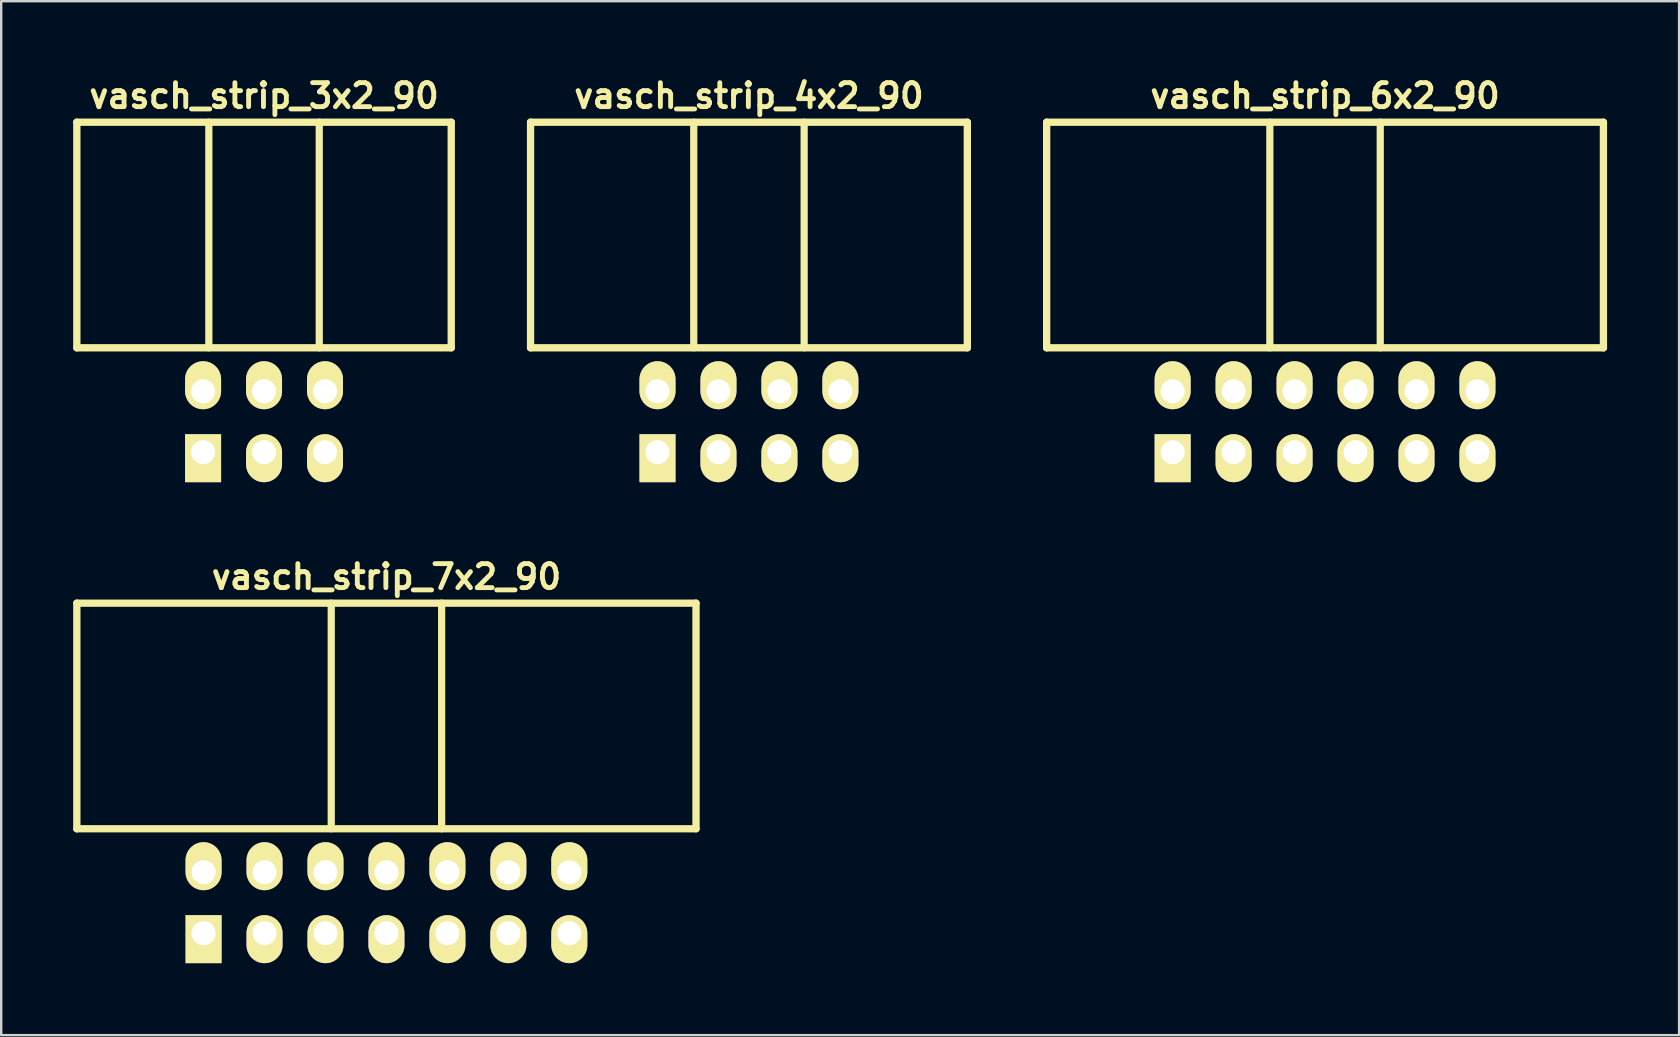
<source format=kicad_pcb>
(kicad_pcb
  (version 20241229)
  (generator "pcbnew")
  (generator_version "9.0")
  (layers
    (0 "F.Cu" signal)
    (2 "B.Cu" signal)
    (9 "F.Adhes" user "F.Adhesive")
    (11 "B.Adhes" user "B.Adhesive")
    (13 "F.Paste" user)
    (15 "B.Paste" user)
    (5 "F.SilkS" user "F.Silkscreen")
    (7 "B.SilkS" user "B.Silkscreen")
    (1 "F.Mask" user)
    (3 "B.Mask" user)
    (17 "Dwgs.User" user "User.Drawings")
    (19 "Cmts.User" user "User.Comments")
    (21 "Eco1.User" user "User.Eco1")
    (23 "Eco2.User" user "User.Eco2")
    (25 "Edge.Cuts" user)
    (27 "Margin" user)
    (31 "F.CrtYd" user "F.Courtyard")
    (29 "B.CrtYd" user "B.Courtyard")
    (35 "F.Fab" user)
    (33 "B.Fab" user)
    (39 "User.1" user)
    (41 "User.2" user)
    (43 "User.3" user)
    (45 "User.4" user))
  (footprint "vasch_strip_3x2_90"
    (layer "F.Cu")
    (at 7.952 9.442)
    (property "Reference" "vasch_strip_3x2_90" (at 0 -8.5 0) (layer "F.SilkS") (effects (font (size 1 1) (thickness 0.203))))
    (attr through_hole)
    (fp_line (start -7.8 -7.4) (end -7.8 2) (stroke (width 0.305) (type solid)) (layer "F.SilkS"))
    (fp_line (start -7.8 2) (end 7.8 2) (stroke (width 0.305) (type solid)) (layer "F.SilkS"))
    (fp_line (start -2.3 -7.4) (end -2.3 2) (stroke (width 0.3) (type solid)) (layer "F.SilkS"))
    (fp_line (start 2.3 -7.4) (end 2.3 2) (stroke (width 0.3) (type solid)) (layer "F.SilkS"))
    (fp_line (start 7.8 -7.4) (end -7.8 -7.4) (stroke (width 0.305) (type solid)) (layer "F.SilkS"))
    (fp_line (start 7.8 -7.4) (end 7.8 2) (stroke (width 0.305) (type solid)) (layer "F.SilkS"))
    (pad "1" thru_hole rect (at -2.54 6.35) (size 1.5 2) (drill 1 (offset 0 0.25)) (layers "*.Cu" "*.Mask" "F.SilkS"))
    (pad "2" thru_hole oval (at -2.54 3.81) (size 1.5 2) (drill 1 (offset 0 -0.25)) (layers "*.Cu" "*.Mask" "F.SilkS"))
    (pad "3" thru_hole oval (at 0 6.35) (size 1.5 2) (drill 1 (offset 0 0.25)) (layers "*.Cu" "*.Mask" "F.SilkS"))
    (pad "4" thru_hole oval (at 0 3.81) (size 1.5 2) (drill 1 (offset 0 -0.25)) (layers "*.Cu" "*.Mask" "F.SilkS"))
    (pad "5" thru_hole oval (at 2.54 6.35) (size 1.5 2) (drill 1 (offset 0 0.25)) (layers "*.Cu" "*.Mask" "F.SilkS"))
    (pad "6" thru_hole oval (at 2.54 3.81) (size 1.5 2) (drill 1 (offset 0 -0.25)) (layers "*.Cu" "*.Mask" "F.SilkS")))
  (footprint "vasch_strip_7x2_90"
    (layer "F.Cu")
    (at 13.052 29.483)
    (property "Reference" "vasch_strip_7x2_90" (at 0 -8.5 0) (layer "F.SilkS") (effects (font (size 1 1) (thickness 0.203))))
    (attr through_hole)
    (fp_line (start -12.9 -7.4) (end -12.9 2) (stroke (width 0.305) (type solid)) (layer "F.SilkS"))
    (fp_line (start -12.9 2) (end 12.9 2) (stroke (width 0.305) (type solid)) (layer "F.SilkS"))
    (fp_line (start -2.3 -7.4) (end -2.3 2) (stroke (width 0.3) (type solid)) (layer "F.SilkS"))
    (fp_line (start 2.3 -7.4) (end 2.3 2) (stroke (width 0.3) (type solid)) (layer "F.SilkS"))
    (fp_line (start 12.9 -7.4) (end -12.9 -7.4) (stroke (width 0.305) (type solid)) (layer "F.SilkS"))
    (fp_line (start 12.9 -7.4) (end 12.9 2) (stroke (width 0.305) (type solid)) (layer "F.SilkS"))
    (pad "1" thru_hole rect (at -7.62 6.35) (size 1.5 2) (drill 1 (offset 0 0.25)) (layers "*.Cu" "*.Mask" "F.SilkS"))
    (pad "2" thru_hole oval (at -7.62 3.81) (size 1.5 2) (drill 1 (offset 0 -0.25)) (layers "*.Cu" "*.Mask" "F.SilkS"))
    (pad "3" thru_hole oval (at -5.08 6.35) (size 1.5 2) (drill 1 (offset 0 0.25)) (layers "*.Cu" "*.Mask" "F.SilkS"))
    (pad "4" thru_hole oval (at -5.08 3.81) (size 1.5 2) (drill 1 (offset 0 -0.25)) (layers "*.Cu" "*.Mask" "F.SilkS"))
    (pad "5" thru_hole oval (at -2.54 6.35) (size 1.5 2) (drill 1 (offset 0 0.25)) (layers "*.Cu" "*.Mask" "F.SilkS"))
    (pad "6" thru_hole oval (at -2.54 3.81) (size 1.5 2) (drill 1 (offset 0 -0.25)) (layers "*.Cu" "*.Mask" "F.SilkS"))
    (pad "7" thru_hole oval (at 0 6.35) (size 1.5 2) (drill 1 (offset 0 0.25)) (layers "*.Cu" "*.Mask" "F.SilkS"))
    (pad "8" thru_hole oval (at 0 3.81) (size 1.5 2) (drill 1 (offset 0 -0.25)) (layers "*.Cu" "*.Mask" "F.SilkS"))
    (pad "9" thru_hole oval (at 2.54 6.35) (size 1.5 2) (drill 1 (offset 0 0.25)) (layers "*.Cu" "*.Mask" "F.SilkS"))
    (pad "10" thru_hole oval (at 2.54 3.81) (size 1.5 2) (drill 1 (offset 0 -0.25)) (layers "*.Cu" "*.Mask" "F.SilkS"))
    (pad "11" thru_hole oval (at 5.08 6.35) (size 1.5 2) (drill 1 (offset 0 0.25)) (layers "*.Cu" "*.Mask" "F.SilkS"))
    (pad "12" thru_hole oval (at 5.08 3.81) (size 1.5 2) (drill 1 (offset 0 -0.25)) (layers "*.Cu" "*.Mask" "F.SilkS"))
    (pad "13" thru_hole oval (at 7.62 6.35) (size 1.5 2) (drill 1 (offset 0 0.25)) (layers "*.Cu" "*.Mask" "F.SilkS"))
    (pad "14" thru_hole oval (at 7.62 3.81) (size 1.5 2) (drill 1 (offset 0 -0.25)) (layers "*.Cu" "*.Mask" "F.SilkS")))
  (footprint "vasch_strip_4x2_90"
    (layer "F.Cu")
    (at 28.157 9.442)
    (property "Reference" "vasch_strip_4x2_90" (at 0 -8.5 0) (layer "F.SilkS") (effects (font (size 1 1) (thickness 0.203))))
    (attr through_hole)
    (fp_line (start -9.1 -7.4) (end -9.1 2) (stroke (width 0.305) (type solid)) (layer "F.SilkS"))
    (fp_line (start -9.1 2) (end 9.1 2) (stroke (width 0.305) (type solid)) (layer "F.SilkS"))
    (fp_line (start -2.3 -7.4) (end -2.3 2) (stroke (width 0.3) (type solid)) (layer "F.SilkS"))
    (fp_line (start 2.3 -7.4) (end 2.3 2) (stroke (width 0.3) (type solid)) (layer "F.SilkS"))
    (fp_line (start 9.1 -7.4) (end -9.1 -7.4) (stroke (width 0.305) (type solid)) (layer "F.SilkS"))
    (fp_line (start 9.1 -7.4) (end 9.1 2) (stroke (width 0.305) (type solid)) (layer "F.SilkS"))
    (pad "1" thru_hole rect (at -3.81 6.35) (size 1.5 2) (drill 1 (offset 0 0.25)) (layers "*.Cu" "*.Mask" "F.SilkS"))
    (pad "2" thru_hole oval (at -3.81 3.81) (size 1.5 2) (drill 1 (offset 0 -0.25)) (layers "*.Cu" "*.Mask" "F.SilkS"))
    (pad "3" thru_hole oval (at -1.27 6.35) (size 1.5 2) (drill 1 (offset 0 0.25)) (layers "*.Cu" "*.Mask" "F.SilkS"))
    (pad "4" thru_hole oval (at -1.27 3.81) (size 1.5 2) (drill 1 (offset 0 -0.25)) (layers "*.Cu" "*.Mask" "F.SilkS"))
    (pad "5" thru_hole oval (at 1.27 6.35) (size 1.5 2) (drill 1 (offset 0 0.25)) (layers "*.Cu" "*.Mask" "F.SilkS"))
    (pad "6" thru_hole oval (at 1.27 3.81) (size 1.5 2) (drill 1 (offset 0 -0.25)) (layers "*.Cu" "*.Mask" "F.SilkS"))
    (pad "7" thru_hole oval (at 3.81 6.35) (size 1.5 2) (drill 1 (offset 0 0.25)) (layers "*.Cu" "*.Mask" "F.SilkS"))
    (pad "8" thru_hole oval (at 3.81 3.81) (size 1.5 2) (drill 1 (offset 0 -0.25)) (layers "*.Cu" "*.Mask" "F.SilkS")))
  (footprint "vasch_strip_6x2_90"
    (layer "F.Cu")
    (at 52.162 9.442)
    (property "Reference" "vasch_strip_6x2_90" (at 0 -8.5 0) (layer "F.SilkS") (effects (font (size 1 1) (thickness 0.203))))
    (attr through_hole)
    (fp_line (start -11.6 -7.4) (end -11.6 2) (stroke (width 0.305) (type solid)) (layer "F.SilkS"))
    (fp_line (start -11.6 2) (end 11.6 2) (stroke (width 0.305) (type solid)) (layer "F.SilkS"))
    (fp_line (start -2.3 -7.4) (end -2.3 2) (stroke (width 0.3) (type solid)) (layer "F.SilkS"))
    (fp_line (start 2.3 -7.4) (end 2.3 2) (stroke (width 0.3) (type solid)) (layer "F.SilkS"))
    (fp_line (start 11.6 -7.4) (end -11.6 -7.4) (stroke (width 0.305) (type solid)) (layer "F.SilkS"))
    (fp_line (start 11.6 -7.4) (end 11.6 2) (stroke (width 0.305) (type solid)) (layer "F.SilkS"))
    (pad "1" thru_hole rect (at -6.35 6.35) (size 1.5 2) (drill 1 (offset 0 0.25)) (layers "*.Cu" "*.Mask" "F.SilkS"))
    (pad "2" thru_hole oval (at -6.35 3.81) (size 1.5 2) (drill 1 (offset 0 -0.25)) (layers "*.Cu" "*.Mask" "F.SilkS"))
    (pad "3" thru_hole oval (at -3.81 6.35) (size 1.5 2) (drill 1 (offset 0 0.25)) (layers "*.Cu" "*.Mask" "F.SilkS"))
    (pad "4" thru_hole oval (at -3.81 3.81) (size 1.5 2) (drill 1 (offset 0 -0.25)) (layers "*.Cu" "*.Mask" "F.SilkS"))
    (pad "5" thru_hole oval (at -1.27 6.35) (size 1.5 2) (drill 1 (offset 0 0.25)) (layers "*.Cu" "*.Mask" "F.SilkS"))
    (pad "6" thru_hole oval (at -1.27 3.81) (size 1.5 2) (drill 1 (offset 0 -0.25)) (layers "*.Cu" "*.Mask" "F.SilkS"))
    (pad "7" thru_hole oval (at 1.27 6.35) (size 1.5 2) (drill 1 (offset 0 0.25)) (layers "*.Cu" "*.Mask" "F.SilkS"))
    (pad "8" thru_hole oval (at 1.27 3.81) (size 1.5 2) (drill 1 (offset 0 -0.25)) (layers "*.Cu" "*.Mask" "F.SilkS"))
    (pad "9" thru_hole oval (at 3.81 6.35) (size 1.5 2) (drill 1 (offset 0 0.25)) (layers "*.Cu" "*.Mask" "F.SilkS"))
    (pad "10" thru_hole oval (at 3.81 3.81) (size 1.5 2) (drill 1 (offset 0 -0.25)) (layers "*.Cu" "*.Mask" "F.SilkS"))
    (pad "11" thru_hole oval (at 6.35 6.35) (size 1.5 2) (drill 1 (offset 0 0.25)) (layers "*.Cu" "*.Mask" "F.SilkS"))
    (pad "12" thru_hole oval (at 6.35 3.81) (size 1.5 2) (drill 1 (offset 0 -0.25)) (layers "*.Cu" "*.Mask" "F.SilkS")))
  (gr_rect
    (start -3 -3)
    (end 66.914 40.083)
    (stroke (width 0.1) (type default))
    (fill no)
    (layer "Edge.Cuts")))
</source>
